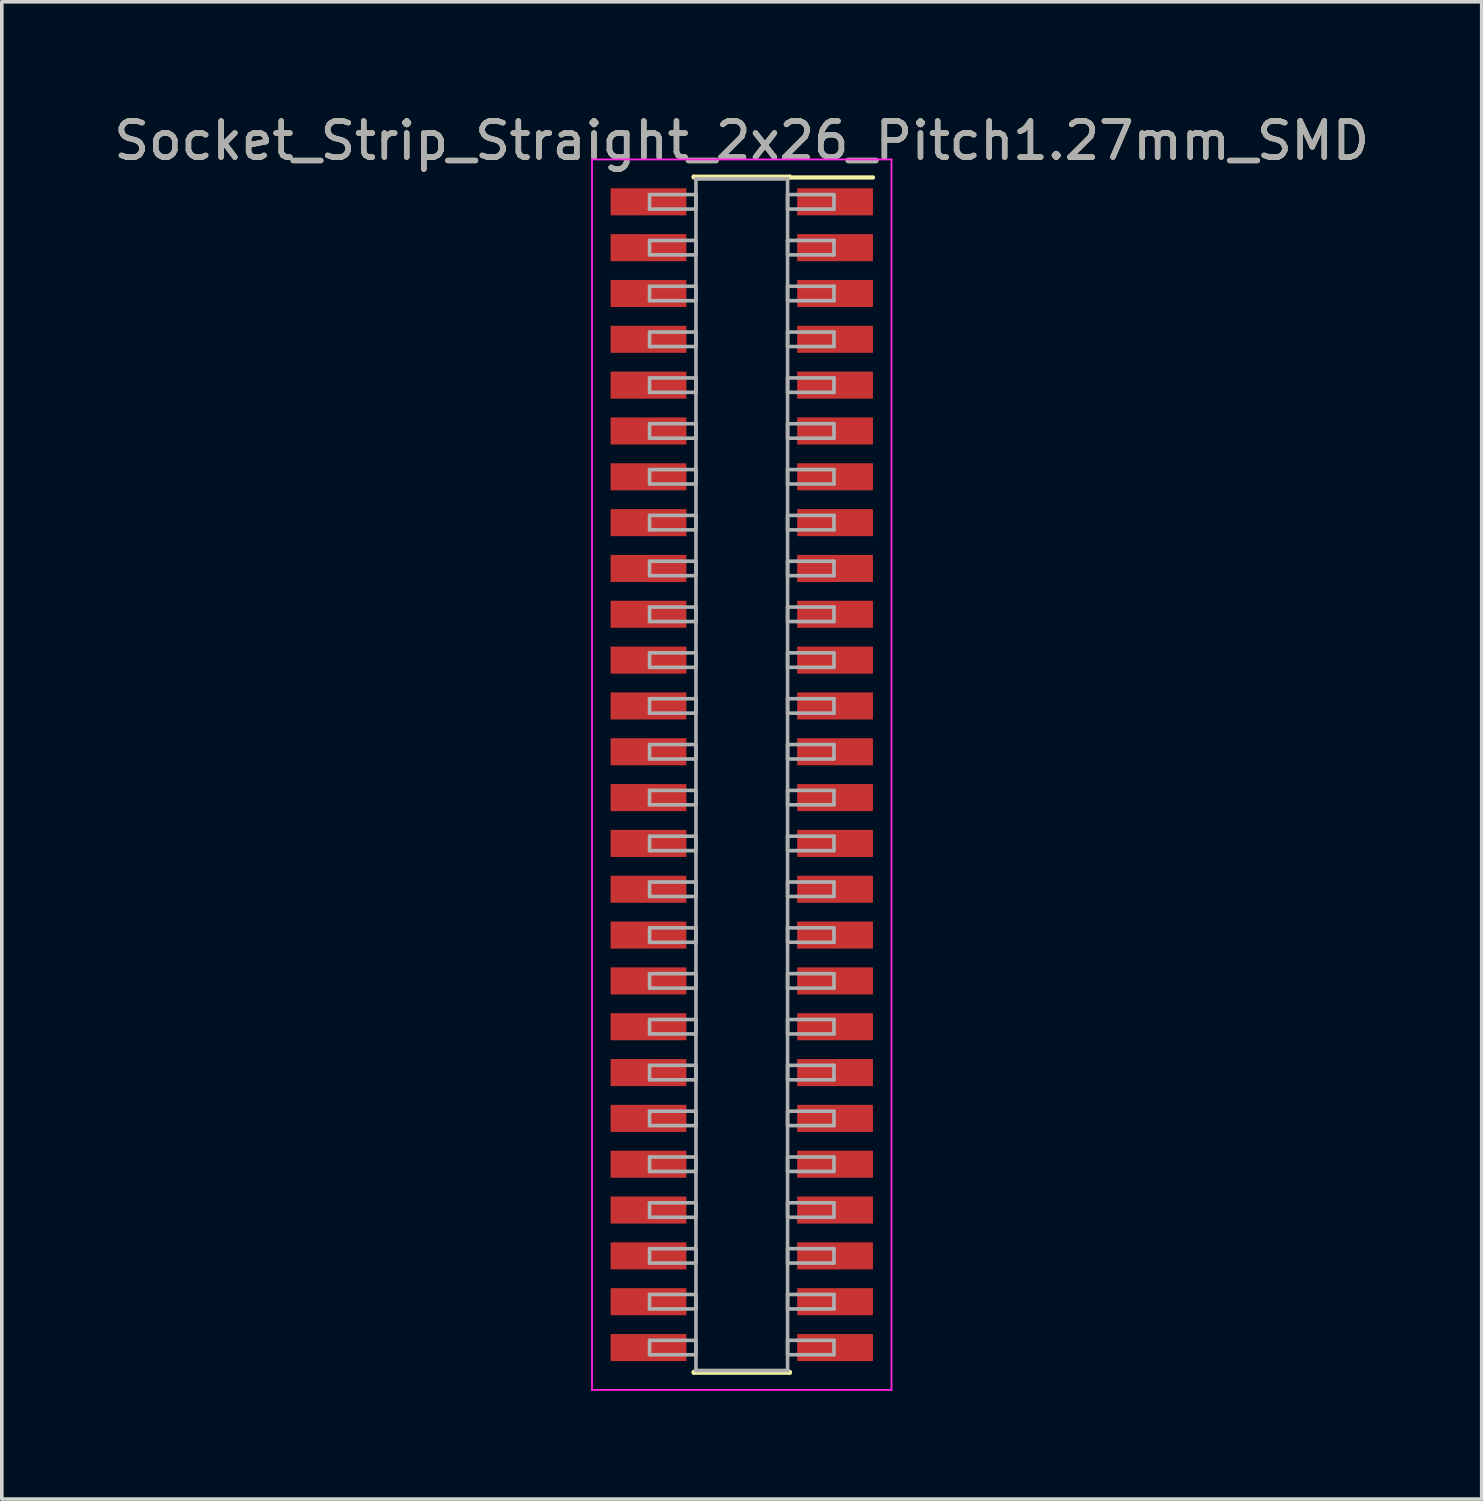
<source format=kicad_pcb>
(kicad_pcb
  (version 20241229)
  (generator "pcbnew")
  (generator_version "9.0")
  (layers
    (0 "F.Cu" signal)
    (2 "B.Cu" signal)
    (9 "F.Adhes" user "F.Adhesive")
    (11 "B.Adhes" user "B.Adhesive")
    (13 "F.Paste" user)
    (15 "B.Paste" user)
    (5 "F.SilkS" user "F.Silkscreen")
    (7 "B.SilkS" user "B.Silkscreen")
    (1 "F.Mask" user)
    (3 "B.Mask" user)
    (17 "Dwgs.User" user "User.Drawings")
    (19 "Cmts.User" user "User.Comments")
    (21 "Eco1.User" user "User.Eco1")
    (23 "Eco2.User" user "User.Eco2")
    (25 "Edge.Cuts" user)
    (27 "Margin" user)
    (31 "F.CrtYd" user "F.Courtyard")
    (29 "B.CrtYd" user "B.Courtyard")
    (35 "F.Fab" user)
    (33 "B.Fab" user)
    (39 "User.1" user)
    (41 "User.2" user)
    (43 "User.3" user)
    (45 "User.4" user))
  (footprint "Socket_Strip_Straight_2x26_Pitch1.27mm_SMD"
    (layer "F.Cu")
    (at 17.506 18.418)
    (property "Reference" "Socket_Strip_Straight_2x26_Pitch1.27mm_SMD" (at 0 -17.57 0) (layer "F.SilkS") (effects (font (size 1 1) (thickness 0.15))))
    (attr smd)
    (fp_line (start -1.33 -16.57) (end 1.33 -16.57) (stroke (width 0.12) (type solid)) (layer "F.SilkS"))
    (fp_line (start -1.33 -16.55) (end -1.33 -16.57) (stroke (width 0.12) (type solid)) (layer "F.SilkS"))
    (fp_line (start -1.33 16.55) (end -1.33 16.57) (stroke (width 0.12) (type solid)) (layer "F.SilkS"))
    (fp_line (start -1.33 16.57) (end 1.33 16.57) (stroke (width 0.12) (type solid)) (layer "F.SilkS"))
    (fp_line (start 1.33 -16.57) (end 1.33 -16.55) (stroke (width 0.12) (type solid)) (layer "F.SilkS"))
    (fp_line (start 1.33 16.57) (end 1.33 16.55) (stroke (width 0.12) (type solid)) (layer "F.SilkS"))
    (fp_line (start 3.635 -16.55) (end 1.33 -16.55) (stroke (width 0.12) (type solid)) (layer "F.SilkS"))
    (fp_line (start -4.15 -17.05) (end -4.15 17.05) (stroke (width 0.05) (type solid)) (layer "F.CrtYd"))
    (fp_line (start -4.15 17.05) (end 4.15 17.05) (stroke (width 0.05) (type solid)) (layer "F.CrtYd"))
    (fp_line (start 4.15 -17.05) (end -4.15 -17.05) (stroke (width 0.05) (type solid)) (layer "F.CrtYd"))
    (fp_line (start 4.15 17.05) (end 4.15 -17.05) (stroke (width 0.05) (type solid)) (layer "F.CrtYd"))
    (fp_line (start -2.555 -16.075) (end -1.27 -16.075) (stroke (width 0.1) (type solid)) (layer "F.Fab"))
    (fp_line (start -2.555 -15.675) (end -2.555 -16.075) (stroke (width 0.1) (type solid)) (layer "F.Fab"))
    (fp_line (start -2.555 -14.805) (end -1.27 -14.805) (stroke (width 0.1) (type solid)) (layer "F.Fab"))
    (fp_line (start -2.555 -14.405) (end -2.555 -14.805) (stroke (width 0.1) (type solid)) (layer "F.Fab"))
    (fp_line (start -2.555 -13.535) (end -1.27 -13.535) (stroke (width 0.1) (type solid)) (layer "F.Fab"))
    (fp_line (start -2.555 -13.135) (end -2.555 -13.535) (stroke (width 0.1) (type solid)) (layer "F.Fab"))
    (fp_line (start -2.555 -12.265) (end -1.27 -12.265) (stroke (width 0.1) (type solid)) (layer "F.Fab"))
    (fp_line (start -2.555 -11.865) (end -2.555 -12.265) (stroke (width 0.1) (type solid)) (layer "F.Fab"))
    (fp_line (start -2.555 -10.995) (end -1.27 -10.995) (stroke (width 0.1) (type solid)) (layer "F.Fab"))
    (fp_line (start -2.555 -10.595) (end -2.555 -10.995) (stroke (width 0.1) (type solid)) (layer "F.Fab"))
    (fp_line (start -2.555 -9.725) (end -1.27 -9.725) (stroke (width 0.1) (type solid)) (layer "F.Fab"))
    (fp_line (start -2.555 -9.325) (end -2.555 -9.725) (stroke (width 0.1) (type solid)) (layer "F.Fab"))
    (fp_line (start -2.555 -8.455) (end -1.27 -8.455) (stroke (width 0.1) (type solid)) (layer "F.Fab"))
    (fp_line (start -2.555 -8.055) (end -2.555 -8.455) (stroke (width 0.1) (type solid)) (layer "F.Fab"))
    (fp_line (start -2.555 -7.185) (end -1.27 -7.185) (stroke (width 0.1) (type solid)) (layer "F.Fab"))
    (fp_line (start -2.555 -6.785) (end -2.555 -7.185) (stroke (width 0.1) (type solid)) (layer "F.Fab"))
    (fp_line (start -2.555 -5.915) (end -1.27 -5.915) (stroke (width 0.1) (type solid)) (layer "F.Fab"))
    (fp_line (start -2.555 -5.515) (end -2.555 -5.915) (stroke (width 0.1) (type solid)) (layer "F.Fab"))
    (fp_line (start -2.555 -4.645) (end -1.27 -4.645) (stroke (width 0.1) (type solid)) (layer "F.Fab"))
    (fp_line (start -2.555 -4.245) (end -2.555 -4.645) (stroke (width 0.1) (type solid)) (layer "F.Fab"))
    (fp_line (start -2.555 -3.375) (end -1.27 -3.375) (stroke (width 0.1) (type solid)) (layer "F.Fab"))
    (fp_line (start -2.555 -2.975) (end -2.555 -3.375) (stroke (width 0.1) (type solid)) (layer "F.Fab"))
    (fp_line (start -2.555 -2.105) (end -1.27 -2.105) (stroke (width 0.1) (type solid)) (layer "F.Fab"))
    (fp_line (start -2.555 -1.705) (end -2.555 -2.105) (stroke (width 0.1) (type solid)) (layer "F.Fab"))
    (fp_line (start -2.555 -0.835) (end -1.27 -0.835) (stroke (width 0.1) (type solid)) (layer "F.Fab"))
    (fp_line (start -2.555 -0.435) (end -2.555 -0.835) (stroke (width 0.1) (type solid)) (layer "F.Fab"))
    (fp_line (start -2.555 0.435) (end -1.27 0.435) (stroke (width 0.1) (type solid)) (layer "F.Fab"))
    (fp_line (start -2.555 0.835) (end -2.555 0.435) (stroke (width 0.1) (type solid)) (layer "F.Fab"))
    (fp_line (start -2.555 1.705) (end -1.27 1.705) (stroke (width 0.1) (type solid)) (layer "F.Fab"))
    (fp_line (start -2.555 2.105) (end -2.555 1.705) (stroke (width 0.1) (type solid)) (layer "F.Fab"))
    (fp_line (start -2.555 2.975) (end -1.27 2.975) (stroke (width 0.1) (type solid)) (layer "F.Fab"))
    (fp_line (start -2.555 3.375) (end -2.555 2.975) (stroke (width 0.1) (type solid)) (layer "F.Fab"))
    (fp_line (start -2.555 4.245) (end -1.27 4.245) (stroke (width 0.1) (type solid)) (layer "F.Fab"))
    (fp_line (start -2.555 4.645) (end -2.555 4.245) (stroke (width 0.1) (type solid)) (layer "F.Fab"))
    (fp_line (start -2.555 5.515) (end -1.27 5.515) (stroke (width 0.1) (type solid)) (layer "F.Fab"))
    (fp_line (start -2.555 5.915) (end -2.555 5.515) (stroke (width 0.1) (type solid)) (layer "F.Fab"))
    (fp_line (start -2.555 6.785) (end -1.27 6.785) (stroke (width 0.1) (type solid)) (layer "F.Fab"))
    (fp_line (start -2.555 7.185) (end -2.555 6.785) (stroke (width 0.1) (type solid)) (layer "F.Fab"))
    (fp_line (start -2.555 8.055) (end -1.27 8.055) (stroke (width 0.1) (type solid)) (layer "F.Fab"))
    (fp_line (start -2.555 8.455) (end -2.555 8.055) (stroke (width 0.1) (type solid)) (layer "F.Fab"))
    (fp_line (start -2.555 9.325) (end -1.27 9.325) (stroke (width 0.1) (type solid)) (layer "F.Fab"))
    (fp_line (start -2.555 9.725) (end -2.555 9.325) (stroke (width 0.1) (type solid)) (layer "F.Fab"))
    (fp_line (start -2.555 10.595) (end -1.27 10.595) (stroke (width 0.1) (type solid)) (layer "F.Fab"))
    (fp_line (start -2.555 10.995) (end -2.555 10.595) (stroke (width 0.1) (type solid)) (layer "F.Fab"))
    (fp_line (start -2.555 11.865) (end -1.27 11.865) (stroke (width 0.1) (type solid)) (layer "F.Fab"))
    (fp_line (start -2.555 12.265) (end -2.555 11.865) (stroke (width 0.1) (type solid)) (layer "F.Fab"))
    (fp_line (start -2.555 13.135) (end -1.27 13.135) (stroke (width 0.1) (type solid)) (layer "F.Fab"))
    (fp_line (start -2.555 13.535) (end -2.555 13.135) (stroke (width 0.1) (type solid)) (layer "F.Fab"))
    (fp_line (start -2.555 14.405) (end -1.27 14.405) (stroke (width 0.1) (type solid)) (layer "F.Fab"))
    (fp_line (start -2.555 14.805) (end -2.555 14.405) (stroke (width 0.1) (type solid)) (layer "F.Fab"))
    (fp_line (start -2.555 15.675) (end -1.27 15.675) (stroke (width 0.1) (type solid)) (layer "F.Fab"))
    (fp_line (start -2.555 16.075) (end -2.555 15.675) (stroke (width 0.1) (type solid)) (layer "F.Fab"))
    (fp_line (start -1.27 -16.51) (end -1.27 16.51) (stroke (width 0.1) (type solid)) (layer "F.Fab"))
    (fp_line (start -1.27 -16.075) (end -1.27 -15.675) (stroke (width 0.1) (type solid)) (layer "F.Fab"))
    (fp_line (start -1.27 -15.675) (end -2.555 -15.675) (stroke (width 0.1) (type solid)) (layer "F.Fab"))
    (fp_line (start -1.27 -14.805) (end -1.27 -14.405) (stroke (width 0.1) (type solid)) (layer "F.Fab"))
    (fp_line (start -1.27 -14.405) (end -2.555 -14.405) (stroke (width 0.1) (type solid)) (layer "F.Fab"))
    (fp_line (start -1.27 -13.535) (end -1.27 -13.135) (stroke (width 0.1) (type solid)) (layer "F.Fab"))
    (fp_line (start -1.27 -13.135) (end -2.555 -13.135) (stroke (width 0.1) (type solid)) (layer "F.Fab"))
    (fp_line (start -1.27 -12.265) (end -1.27 -11.865) (stroke (width 0.1) (type solid)) (layer "F.Fab"))
    (fp_line (start -1.27 -11.865) (end -2.555 -11.865) (stroke (width 0.1) (type solid)) (layer "F.Fab"))
    (fp_line (start -1.27 -10.995) (end -1.27 -10.595) (stroke (width 0.1) (type solid)) (layer "F.Fab"))
    (fp_line (start -1.27 -10.595) (end -2.555 -10.595) (stroke (width 0.1) (type solid)) (layer "F.Fab"))
    (fp_line (start -1.27 -9.725) (end -1.27 -9.325) (stroke (width 0.1) (type solid)) (layer "F.Fab"))
    (fp_line (start -1.27 -9.325) (end -2.555 -9.325) (stroke (width 0.1) (type solid)) (layer "F.Fab"))
    (fp_line (start -1.27 -8.455) (end -1.27 -8.055) (stroke (width 0.1) (type solid)) (layer "F.Fab"))
    (fp_line (start -1.27 -8.055) (end -2.555 -8.055) (stroke (width 0.1) (type solid)) (layer "F.Fab"))
    (fp_line (start -1.27 -7.185) (end -1.27 -6.785) (stroke (width 0.1) (type solid)) (layer "F.Fab"))
    (fp_line (start -1.27 -6.785) (end -2.555 -6.785) (stroke (width 0.1) (type solid)) (layer "F.Fab"))
    (fp_line (start -1.27 -5.915) (end -1.27 -5.515) (stroke (width 0.1) (type solid)) (layer "F.Fab"))
    (fp_line (start -1.27 -5.515) (end -2.555 -5.515) (stroke (width 0.1) (type solid)) (layer "F.Fab"))
    (fp_line (start -1.27 -4.645) (end -1.27 -4.245) (stroke (width 0.1) (type solid)) (layer "F.Fab"))
    (fp_line (start -1.27 -4.245) (end -2.555 -4.245) (stroke (width 0.1) (type solid)) (layer "F.Fab"))
    (fp_line (start -1.27 -3.375) (end -1.27 -2.975) (stroke (width 0.1) (type solid)) (layer "F.Fab"))
    (fp_line (start -1.27 -2.975) (end -2.555 -2.975) (stroke (width 0.1) (type solid)) (layer "F.Fab"))
    (fp_line (start -1.27 -2.105) (end -1.27 -1.705) (stroke (width 0.1) (type solid)) (layer "F.Fab"))
    (fp_line (start -1.27 -1.705) (end -2.555 -1.705) (stroke (width 0.1) (type solid)) (layer "F.Fab"))
    (fp_line (start -1.27 -0.835) (end -1.27 -0.435) (stroke (width 0.1) (type solid)) (layer "F.Fab"))
    (fp_line (start -1.27 -0.435) (end -2.555 -0.435) (stroke (width 0.1) (type solid)) (layer "F.Fab"))
    (fp_line (start -1.27 0.435) (end -1.27 0.835) (stroke (width 0.1) (type solid)) (layer "F.Fab"))
    (fp_line (start -1.27 0.835) (end -2.555 0.835) (stroke (width 0.1) (type solid)) (layer "F.Fab"))
    (fp_line (start -1.27 1.705) (end -1.27 2.105) (stroke (width 0.1) (type solid)) (layer "F.Fab"))
    (fp_line (start -1.27 2.105) (end -2.555 2.105) (stroke (width 0.1) (type solid)) (layer "F.Fab"))
    (fp_line (start -1.27 2.975) (end -1.27 3.375) (stroke (width 0.1) (type solid)) (layer "F.Fab"))
    (fp_line (start -1.27 3.375) (end -2.555 3.375) (stroke (width 0.1) (type solid)) (layer "F.Fab"))
    (fp_line (start -1.27 4.245) (end -1.27 4.645) (stroke (width 0.1) (type solid)) (layer "F.Fab"))
    (fp_line (start -1.27 4.645) (end -2.555 4.645) (stroke (width 0.1) (type solid)) (layer "F.Fab"))
    (fp_line (start -1.27 5.515) (end -1.27 5.915) (stroke (width 0.1) (type solid)) (layer "F.Fab"))
    (fp_line (start -1.27 5.915) (end -2.555 5.915) (stroke (width 0.1) (type solid)) (layer "F.Fab"))
    (fp_line (start -1.27 6.785) (end -1.27 7.185) (stroke (width 0.1) (type solid)) (layer "F.Fab"))
    (fp_line (start -1.27 7.185) (end -2.555 7.185) (stroke (width 0.1) (type solid)) (layer "F.Fab"))
    (fp_line (start -1.27 8.055) (end -1.27 8.455) (stroke (width 0.1) (type solid)) (layer "F.Fab"))
    (fp_line (start -1.27 8.455) (end -2.555 8.455) (stroke (width 0.1) (type solid)) (layer "F.Fab"))
    (fp_line (start -1.27 9.325) (end -1.27 9.725) (stroke (width 0.1) (type solid)) (layer "F.Fab"))
    (fp_line (start -1.27 9.725) (end -2.555 9.725) (stroke (width 0.1) (type solid)) (layer "F.Fab"))
    (fp_line (start -1.27 10.595) (end -1.27 10.995) (stroke (width 0.1) (type solid)) (layer "F.Fab"))
    (fp_line (start -1.27 10.995) (end -2.555 10.995) (stroke (width 0.1) (type solid)) (layer "F.Fab"))
    (fp_line (start -1.27 11.865) (end -1.27 12.265) (stroke (width 0.1) (type solid)) (layer "F.Fab"))
    (fp_line (start -1.27 12.265) (end -2.555 12.265) (stroke (width 0.1) (type solid)) (layer "F.Fab"))
    (fp_line (start -1.27 13.135) (end -1.27 13.535) (stroke (width 0.1) (type solid)) (layer "F.Fab"))
    (fp_line (start -1.27 13.535) (end -2.555 13.535) (stroke (width 0.1) (type solid)) (layer "F.Fab"))
    (fp_line (start -1.27 14.405) (end -1.27 14.805) (stroke (width 0.1) (type solid)) (layer "F.Fab"))
    (fp_line (start -1.27 14.805) (end -2.555 14.805) (stroke (width 0.1) (type solid)) (layer "F.Fab"))
    (fp_line (start -1.27 15.675) (end -1.27 16.075) (stroke (width 0.1) (type solid)) (layer "F.Fab"))
    (fp_line (start -1.27 16.075) (end -2.555 16.075) (stroke (width 0.1) (type solid)) (layer "F.Fab"))
    (fp_line (start -1.27 16.51) (end 1.27 16.51) (stroke (width 0.1) (type solid)) (layer "F.Fab"))
    (fp_line (start 1.27 -16.51) (end -1.27 -16.51) (stroke (width 0.1) (type solid)) (layer "F.Fab"))
    (fp_line (start 1.27 -16.075) (end 1.27 -15.675) (stroke (width 0.1) (type solid)) (layer "F.Fab"))
    (fp_line (start 1.27 -15.675) (end 2.555 -15.675) (stroke (width 0.1) (type solid)) (layer "F.Fab"))
    (fp_line (start 1.27 -14.805) (end 1.27 -14.405) (stroke (width 0.1) (type solid)) (layer "F.Fab"))
    (fp_line (start 1.27 -14.405) (end 2.555 -14.405) (stroke (width 0.1) (type solid)) (layer "F.Fab"))
    (fp_line (start 1.27 -13.535) (end 1.27 -13.135) (stroke (width 0.1) (type solid)) (layer "F.Fab"))
    (fp_line (start 1.27 -13.135) (end 2.555 -13.135) (stroke (width 0.1) (type solid)) (layer "F.Fab"))
    (fp_line (start 1.27 -12.265) (end 1.27 -11.865) (stroke (width 0.1) (type solid)) (layer "F.Fab"))
    (fp_line (start 1.27 -11.865) (end 2.555 -11.865) (stroke (width 0.1) (type solid)) (layer "F.Fab"))
    (fp_line (start 1.27 -10.995) (end 1.27 -10.595) (stroke (width 0.1) (type solid)) (layer "F.Fab"))
    (fp_line (start 1.27 -10.595) (end 2.555 -10.595) (stroke (width 0.1) (type solid)) (layer "F.Fab"))
    (fp_line (start 1.27 -9.725) (end 1.27 -9.325) (stroke (width 0.1) (type solid)) (layer "F.Fab"))
    (fp_line (start 1.27 -9.325) (end 2.555 -9.325) (stroke (width 0.1) (type solid)) (layer "F.Fab"))
    (fp_line (start 1.27 -8.455) (end 1.27 -8.055) (stroke (width 0.1) (type solid)) (layer "F.Fab"))
    (fp_line (start 1.27 -8.055) (end 2.555 -8.055) (stroke (width 0.1) (type solid)) (layer "F.Fab"))
    (fp_line (start 1.27 -7.185) (end 1.27 -6.785) (stroke (width 0.1) (type solid)) (layer "F.Fab"))
    (fp_line (start 1.27 -6.785) (end 2.555 -6.785) (stroke (width 0.1) (type solid)) (layer "F.Fab"))
    (fp_line (start 1.27 -5.915) (end 1.27 -5.515) (stroke (width 0.1) (type solid)) (layer "F.Fab"))
    (fp_line (start 1.27 -5.515) (end 2.555 -5.515) (stroke (width 0.1) (type solid)) (layer "F.Fab"))
    (fp_line (start 1.27 -4.645) (end 1.27 -4.245) (stroke (width 0.1) (type solid)) (layer "F.Fab"))
    (fp_line (start 1.27 -4.245) (end 2.555 -4.245) (stroke (width 0.1) (type solid)) (layer "F.Fab"))
    (fp_line (start 1.27 -3.375) (end 1.27 -2.975) (stroke (width 0.1) (type solid)) (layer "F.Fab"))
    (fp_line (start 1.27 -2.975) (end 2.555 -2.975) (stroke (width 0.1) (type solid)) (layer "F.Fab"))
    (fp_line (start 1.27 -2.105) (end 1.27 -1.705) (stroke (width 0.1) (type solid)) (layer "F.Fab"))
    (fp_line (start 1.27 -1.705) (end 2.555 -1.705) (stroke (width 0.1) (type solid)) (layer "F.Fab"))
    (fp_line (start 1.27 -0.835) (end 1.27 -0.435) (stroke (width 0.1) (type solid)) (layer "F.Fab"))
    (fp_line (start 1.27 -0.435) (end 2.555 -0.435) (stroke (width 0.1) (type solid)) (layer "F.Fab"))
    (fp_line (start 1.27 0.435) (end 1.27 0.835) (stroke (width 0.1) (type solid)) (layer "F.Fab"))
    (fp_line (start 1.27 0.835) (end 2.555 0.835) (stroke (width 0.1) (type solid)) (layer "F.Fab"))
    (fp_line (start 1.27 1.705) (end 1.27 2.105) (stroke (width 0.1) (type solid)) (layer "F.Fab"))
    (fp_line (start 1.27 2.105) (end 2.555 2.105) (stroke (width 0.1) (type solid)) (layer "F.Fab"))
    (fp_line (start 1.27 2.975) (end 1.27 3.375) (stroke (width 0.1) (type solid)) (layer "F.Fab"))
    (fp_line (start 1.27 3.375) (end 2.555 3.375) (stroke (width 0.1) (type solid)) (layer "F.Fab"))
    (fp_line (start 1.27 4.245) (end 1.27 4.645) (stroke (width 0.1) (type solid)) (layer "F.Fab"))
    (fp_line (start 1.27 4.645) (end 2.555 4.645) (stroke (width 0.1) (type solid)) (layer "F.Fab"))
    (fp_line (start 1.27 5.515) (end 1.27 5.915) (stroke (width 0.1) (type solid)) (layer "F.Fab"))
    (fp_line (start 1.27 5.915) (end 2.555 5.915) (stroke (width 0.1) (type solid)) (layer "F.Fab"))
    (fp_line (start 1.27 6.785) (end 1.27 7.185) (stroke (width 0.1) (type solid)) (layer "F.Fab"))
    (fp_line (start 1.27 7.185) (end 2.555 7.185) (stroke (width 0.1) (type solid)) (layer "F.Fab"))
    (fp_line (start 1.27 8.055) (end 1.27 8.455) (stroke (width 0.1) (type solid)) (layer "F.Fab"))
    (fp_line (start 1.27 8.455) (end 2.555 8.455) (stroke (width 0.1) (type solid)) (layer "F.Fab"))
    (fp_line (start 1.27 9.325) (end 1.27 9.725) (stroke (width 0.1) (type solid)) (layer "F.Fab"))
    (fp_line (start 1.27 9.725) (end 2.555 9.725) (stroke (width 0.1) (type solid)) (layer "F.Fab"))
    (fp_line (start 1.27 10.595) (end 1.27 10.995) (stroke (width 0.1) (type solid)) (layer "F.Fab"))
    (fp_line (start 1.27 10.995) (end 2.555 10.995) (stroke (width 0.1) (type solid)) (layer "F.Fab"))
    (fp_line (start 1.27 11.865) (end 1.27 12.265) (stroke (width 0.1) (type solid)) (layer "F.Fab"))
    (fp_line (start 1.27 12.265) (end 2.555 12.265) (stroke (width 0.1) (type solid)) (layer "F.Fab"))
    (fp_line (start 1.27 13.135) (end 1.27 13.535) (stroke (width 0.1) (type solid)) (layer "F.Fab"))
    (fp_line (start 1.27 13.535) (end 2.555 13.535) (stroke (width 0.1) (type solid)) (layer "F.Fab"))
    (fp_line (start 1.27 14.405) (end 1.27 14.805) (stroke (width 0.1) (type solid)) (layer "F.Fab"))
    (fp_line (start 1.27 14.805) (end 2.555 14.805) (stroke (width 0.1) (type solid)) (layer "F.Fab"))
    (fp_line (start 1.27 15.675) (end 1.27 16.075) (stroke (width 0.1) (type solid)) (layer "F.Fab"))
    (fp_line (start 1.27 16.075) (end 2.555 16.075) (stroke (width 0.1) (type solid)) (layer "F.Fab"))
    (fp_line (start 1.27 16.51) (end 1.27 -16.51) (stroke (width 0.1) (type solid)) (layer "F.Fab"))
    (fp_line (start 2.555 -16.075) (end 1.27 -16.075) (stroke (width 0.1) (type solid)) (layer "F.Fab"))
    (fp_line (start 2.555 -15.675) (end 2.555 -16.075) (stroke (width 0.1) (type solid)) (layer "F.Fab"))
    (fp_line (start 2.555 -14.805) (end 1.27 -14.805) (stroke (width 0.1) (type solid)) (layer "F.Fab"))
    (fp_line (start 2.555 -14.405) (end 2.555 -14.805) (stroke (width 0.1) (type solid)) (layer "F.Fab"))
    (fp_line (start 2.555 -13.535) (end 1.27 -13.535) (stroke (width 0.1) (type solid)) (layer "F.Fab"))
    (fp_line (start 2.555 -13.135) (end 2.555 -13.535) (stroke (width 0.1) (type solid)) (layer "F.Fab"))
    (fp_line (start 2.555 -12.265) (end 1.27 -12.265) (stroke (width 0.1) (type solid)) (layer "F.Fab"))
    (fp_line (start 2.555 -11.865) (end 2.555 -12.265) (stroke (width 0.1) (type solid)) (layer "F.Fab"))
    (fp_line (start 2.555 -10.995) (end 1.27 -10.995) (stroke (width 0.1) (type solid)) (layer "F.Fab"))
    (fp_line (start 2.555 -10.595) (end 2.555 -10.995) (stroke (width 0.1) (type solid)) (layer "F.Fab"))
    (fp_line (start 2.555 -9.725) (end 1.27 -9.725) (stroke (width 0.1) (type solid)) (layer "F.Fab"))
    (fp_line (start 2.555 -9.325) (end 2.555 -9.725) (stroke (width 0.1) (type solid)) (layer "F.Fab"))
    (fp_line (start 2.555 -8.455) (end 1.27 -8.455) (stroke (width 0.1) (type solid)) (layer "F.Fab"))
    (fp_line (start 2.555 -8.055) (end 2.555 -8.455) (stroke (width 0.1) (type solid)) (layer "F.Fab"))
    (fp_line (start 2.555 -7.185) (end 1.27 -7.185) (stroke (width 0.1) (type solid)) (layer "F.Fab"))
    (fp_line (start 2.555 -6.785) (end 2.555 -7.185) (stroke (width 0.1) (type solid)) (layer "F.Fab"))
    (fp_line (start 2.555 -5.915) (end 1.27 -5.915) (stroke (width 0.1) (type solid)) (layer "F.Fab"))
    (fp_line (start 2.555 -5.515) (end 2.555 -5.915) (stroke (width 0.1) (type solid)) (layer "F.Fab"))
    (fp_line (start 2.555 -4.645) (end 1.27 -4.645) (stroke (width 0.1) (type solid)) (layer "F.Fab"))
    (fp_line (start 2.555 -4.245) (end 2.555 -4.645) (stroke (width 0.1) (type solid)) (layer "F.Fab"))
    (fp_line (start 2.555 -3.375) (end 1.27 -3.375) (stroke (width 0.1) (type solid)) (layer "F.Fab"))
    (fp_line (start 2.555 -2.975) (end 2.555 -3.375) (stroke (width 0.1) (type solid)) (layer "F.Fab"))
    (fp_line (start 2.555 -2.105) (end 1.27 -2.105) (stroke (width 0.1) (type solid)) (layer "F.Fab"))
    (fp_line (start 2.555 -1.705) (end 2.555 -2.105) (stroke (width 0.1) (type solid)) (layer "F.Fab"))
    (fp_line (start 2.555 -0.835) (end 1.27 -0.835) (stroke (width 0.1) (type solid)) (layer "F.Fab"))
    (fp_line (start 2.555 -0.435) (end 2.555 -0.835) (stroke (width 0.1) (type solid)) (layer "F.Fab"))
    (fp_line (start 2.555 0.435) (end 1.27 0.435) (stroke (width 0.1) (type solid)) (layer "F.Fab"))
    (fp_line (start 2.555 0.835) (end 2.555 0.435) (stroke (width 0.1) (type solid)) (layer "F.Fab"))
    (fp_line (start 2.555 1.705) (end 1.27 1.705) (stroke (width 0.1) (type solid)) (layer "F.Fab"))
    (fp_line (start 2.555 2.105) (end 2.555 1.705) (stroke (width 0.1) (type solid)) (layer "F.Fab"))
    (fp_line (start 2.555 2.975) (end 1.27 2.975) (stroke (width 0.1) (type solid)) (layer "F.Fab"))
    (fp_line (start 2.555 3.375) (end 2.555 2.975) (stroke (width 0.1) (type solid)) (layer "F.Fab"))
    (fp_line (start 2.555 4.245) (end 1.27 4.245) (stroke (width 0.1) (type solid)) (layer "F.Fab"))
    (fp_line (start 2.555 4.645) (end 2.555 4.245) (stroke (width 0.1) (type solid)) (layer "F.Fab"))
    (fp_line (start 2.555 5.515) (end 1.27 5.515) (stroke (width 0.1) (type solid)) (layer "F.Fab"))
    (fp_line (start 2.555 5.915) (end 2.555 5.515) (stroke (width 0.1) (type solid)) (layer "F.Fab"))
    (fp_line (start 2.555 6.785) (end 1.27 6.785) (stroke (width 0.1) (type solid)) (layer "F.Fab"))
    (fp_line (start 2.555 7.185) (end 2.555 6.785) (stroke (width 0.1) (type solid)) (layer "F.Fab"))
    (fp_line (start 2.555 8.055) (end 1.27 8.055) (stroke (width 0.1) (type solid)) (layer "F.Fab"))
    (fp_line (start 2.555 8.455) (end 2.555 8.055) (stroke (width 0.1) (type solid)) (layer "F.Fab"))
    (fp_line (start 2.555 9.325) (end 1.27 9.325) (stroke (width 0.1) (type solid)) (layer "F.Fab"))
    (fp_line (start 2.555 9.725) (end 2.555 9.325) (stroke (width 0.1) (type solid)) (layer "F.Fab"))
    (fp_line (start 2.555 10.595) (end 1.27 10.595) (stroke (width 0.1) (type solid)) (layer "F.Fab"))
    (fp_line (start 2.555 10.995) (end 2.555 10.595) (stroke (width 0.1) (type solid)) (layer "F.Fab"))
    (fp_line (start 2.555 11.865) (end 1.27 11.865) (stroke (width 0.1) (type solid)) (layer "F.Fab"))
    (fp_line (start 2.555 12.265) (end 2.555 11.865) (stroke (width 0.1) (type solid)) (layer "F.Fab"))
    (fp_line (start 2.555 13.135) (end 1.27 13.135) (stroke (width 0.1) (type solid)) (layer "F.Fab"))
    (fp_line (start 2.555 13.535) (end 2.555 13.135) (stroke (width 0.1) (type solid)) (layer "F.Fab"))
    (fp_line (start 2.555 14.405) (end 1.27 14.405) (stroke (width 0.1) (type solid)) (layer "F.Fab"))
    (fp_line (start 2.555 14.805) (end 2.555 14.405) (stroke (width 0.1) (type solid)) (layer "F.Fab"))
    (fp_line (start 2.555 15.675) (end 1.27 15.675) (stroke (width 0.1) (type solid)) (layer "F.Fab"))
    (fp_line (start 2.555 16.075) (end 2.555 15.675) (stroke (width 0.1) (type solid)) (layer "F.Fab"))
    (fp_text user "${REFERENCE}" (at 0 -17.57 0) (layer "F.Fab") (effects (font (size 1 1) (thickness 0.15))))
    (pad "1" smd rect (at 2.585 -15.875) (size 2.1 0.75) (layers "F.Cu" "F.Mask" "F.Paste"))
    (pad "2" smd rect (at -2.585 -15.875) (size 2.1 0.75) (layers "F.Cu" "F.Mask" "F.Paste"))
    (pad "3" smd rect (at 2.585 -14.605) (size 2.1 0.75) (layers "F.Cu" "F.Mask" "F.Paste"))
    (pad "4" smd rect (at -2.585 -14.605) (size 2.1 0.75) (layers "F.Cu" "F.Mask" "F.Paste"))
    (pad "5" smd rect (at 2.585 -13.335) (size 2.1 0.75) (layers "F.Cu" "F.Mask" "F.Paste"))
    (pad "6" smd rect (at -2.585 -13.335) (size 2.1 0.75) (layers "F.Cu" "F.Mask" "F.Paste"))
    (pad "7" smd rect (at 2.585 -12.065) (size 2.1 0.75) (layers "F.Cu" "F.Mask" "F.Paste"))
    (pad "8" smd rect (at -2.585 -12.065) (size 2.1 0.75) (layers "F.Cu" "F.Mask" "F.Paste"))
    (pad "9" smd rect (at 2.585 -10.795) (size 2.1 0.75) (layers "F.Cu" "F.Mask" "F.Paste"))
    (pad "10" smd rect (at -2.585 -10.795) (size 2.1 0.75) (layers "F.Cu" "F.Mask" "F.Paste"))
    (pad "11" smd rect (at 2.585 -9.525) (size 2.1 0.75) (layers "F.Cu" "F.Mask" "F.Paste"))
    (pad "12" smd rect (at -2.585 -9.525) (size 2.1 0.75) (layers "F.Cu" "F.Mask" "F.Paste"))
    (pad "13" smd rect (at 2.585 -8.255) (size 2.1 0.75) (layers "F.Cu" "F.Mask" "F.Paste"))
    (pad "14" smd rect (at -2.585 -8.255) (size 2.1 0.75) (layers "F.Cu" "F.Mask" "F.Paste"))
    (pad "15" smd rect (at 2.585 -6.985) (size 2.1 0.75) (layers "F.Cu" "F.Mask" "F.Paste"))
    (pad "16" smd rect (at -2.585 -6.985) (size 2.1 0.75) (layers "F.Cu" "F.Mask" "F.Paste"))
    (pad "17" smd rect (at 2.585 -5.715) (size 2.1 0.75) (layers "F.Cu" "F.Mask" "F.Paste"))
    (pad "18" smd rect (at -2.585 -5.715) (size 2.1 0.75) (layers "F.Cu" "F.Mask" "F.Paste"))
    (pad "19" smd rect (at 2.585 -4.445) (size 2.1 0.75) (layers "F.Cu" "F.Mask" "F.Paste"))
    (pad "20" smd rect (at -2.585 -4.445) (size 2.1 0.75) (layers "F.Cu" "F.Mask" "F.Paste"))
    (pad "21" smd rect (at 2.585 -3.175) (size 2.1 0.75) (layers "F.Cu" "F.Mask" "F.Paste"))
    (pad "22" smd rect (at -2.585 -3.175) (size 2.1 0.75) (layers "F.Cu" "F.Mask" "F.Paste"))
    (pad "23" smd rect (at 2.585 -1.905) (size 2.1 0.75) (layers "F.Cu" "F.Mask" "F.Paste"))
    (pad "24" smd rect (at -2.585 -1.905) (size 2.1 0.75) (layers "F.Cu" "F.Mask" "F.Paste"))
    (pad "25" smd rect (at 2.585 -0.635) (size 2.1 0.75) (layers "F.Cu" "F.Mask" "F.Paste"))
    (pad "26" smd rect (at -2.585 -0.635) (size 2.1 0.75) (layers "F.Cu" "F.Mask" "F.Paste"))
    (pad "27" smd rect (at 2.585 0.635) (size 2.1 0.75) (layers "F.Cu" "F.Mask" "F.Paste"))
    (pad "28" smd rect (at -2.585 0.635) (size 2.1 0.75) (layers "F.Cu" "F.Mask" "F.Paste"))
    (pad "29" smd rect (at 2.585 1.905) (size 2.1 0.75) (layers "F.Cu" "F.Mask" "F.Paste"))
    (pad "30" smd rect (at -2.585 1.905) (size 2.1 0.75) (layers "F.Cu" "F.Mask" "F.Paste"))
    (pad "31" smd rect (at 2.585 3.175) (size 2.1 0.75) (layers "F.Cu" "F.Mask" "F.Paste"))
    (pad "32" smd rect (at -2.585 3.175) (size 2.1 0.75) (layers "F.Cu" "F.Mask" "F.Paste"))
    (pad "33" smd rect (at 2.585 4.445) (size 2.1 0.75) (layers "F.Cu" "F.Mask" "F.Paste"))
    (pad "34" smd rect (at -2.585 4.445) (size 2.1 0.75) (layers "F.Cu" "F.Mask" "F.Paste"))
    (pad "35" smd rect (at 2.585 5.715) (size 2.1 0.75) (layers "F.Cu" "F.Mask" "F.Paste"))
    (pad "36" smd rect (at -2.585 5.715) (size 2.1 0.75) (layers "F.Cu" "F.Mask" "F.Paste"))
    (pad "37" smd rect (at 2.585 6.985) (size 2.1 0.75) (layers "F.Cu" "F.Mask" "F.Paste"))
    (pad "38" smd rect (at -2.585 6.985) (size 2.1 0.75) (layers "F.Cu" "F.Mask" "F.Paste"))
    (pad "39" smd rect (at 2.585 8.255) (size 2.1 0.75) (layers "F.Cu" "F.Mask" "F.Paste"))
    (pad "40" smd rect (at -2.585 8.255) (size 2.1 0.75) (layers "F.Cu" "F.Mask" "F.Paste"))
    (pad "41" smd rect (at 2.585 9.525) (size 2.1 0.75) (layers "F.Cu" "F.Mask" "F.Paste"))
    (pad "42" smd rect (at -2.585 9.525) (size 2.1 0.75) (layers "F.Cu" "F.Mask" "F.Paste"))
    (pad "43" smd rect (at 2.585 10.795) (size 2.1 0.75) (layers "F.Cu" "F.Mask" "F.Paste"))
    (pad "44" smd rect (at -2.585 10.795) (size 2.1 0.75) (layers "F.Cu" "F.Mask" "F.Paste"))
    (pad "45" smd rect (at 2.585 12.065) (size 2.1 0.75) (layers "F.Cu" "F.Mask" "F.Paste"))
    (pad "46" smd rect (at -2.585 12.065) (size 2.1 0.75) (layers "F.Cu" "F.Mask" "F.Paste"))
    (pad "47" smd rect (at 2.585 13.335) (size 2.1 0.75) (layers "F.Cu" "F.Mask" "F.Paste"))
    (pad "48" smd rect (at -2.585 13.335) (size 2.1 0.75) (layers "F.Cu" "F.Mask" "F.Paste"))
    (pad "49" smd rect (at 2.585 14.605) (size 2.1 0.75) (layers "F.Cu" "F.Mask" "F.Paste"))
    (pad "50" smd rect (at -2.585 14.605) (size 2.1 0.75) (layers "F.Cu" "F.Mask" "F.Paste"))
    (pad "51" smd rect (at 2.585 15.875) (size 2.1 0.75) (layers "F.Cu" "F.Mask" "F.Paste"))
    (pad "52" smd rect (at -2.585 15.875) (size 2.1 0.75) (layers "F.Cu" "F.Mask" "F.Paste")))
  (gr_rect
    (start -3 -3)
    (end 38.012 38.493)
    (stroke (width 0.1) (type default))
    (fill no)
    (layer "Edge.Cuts")))
</source>
